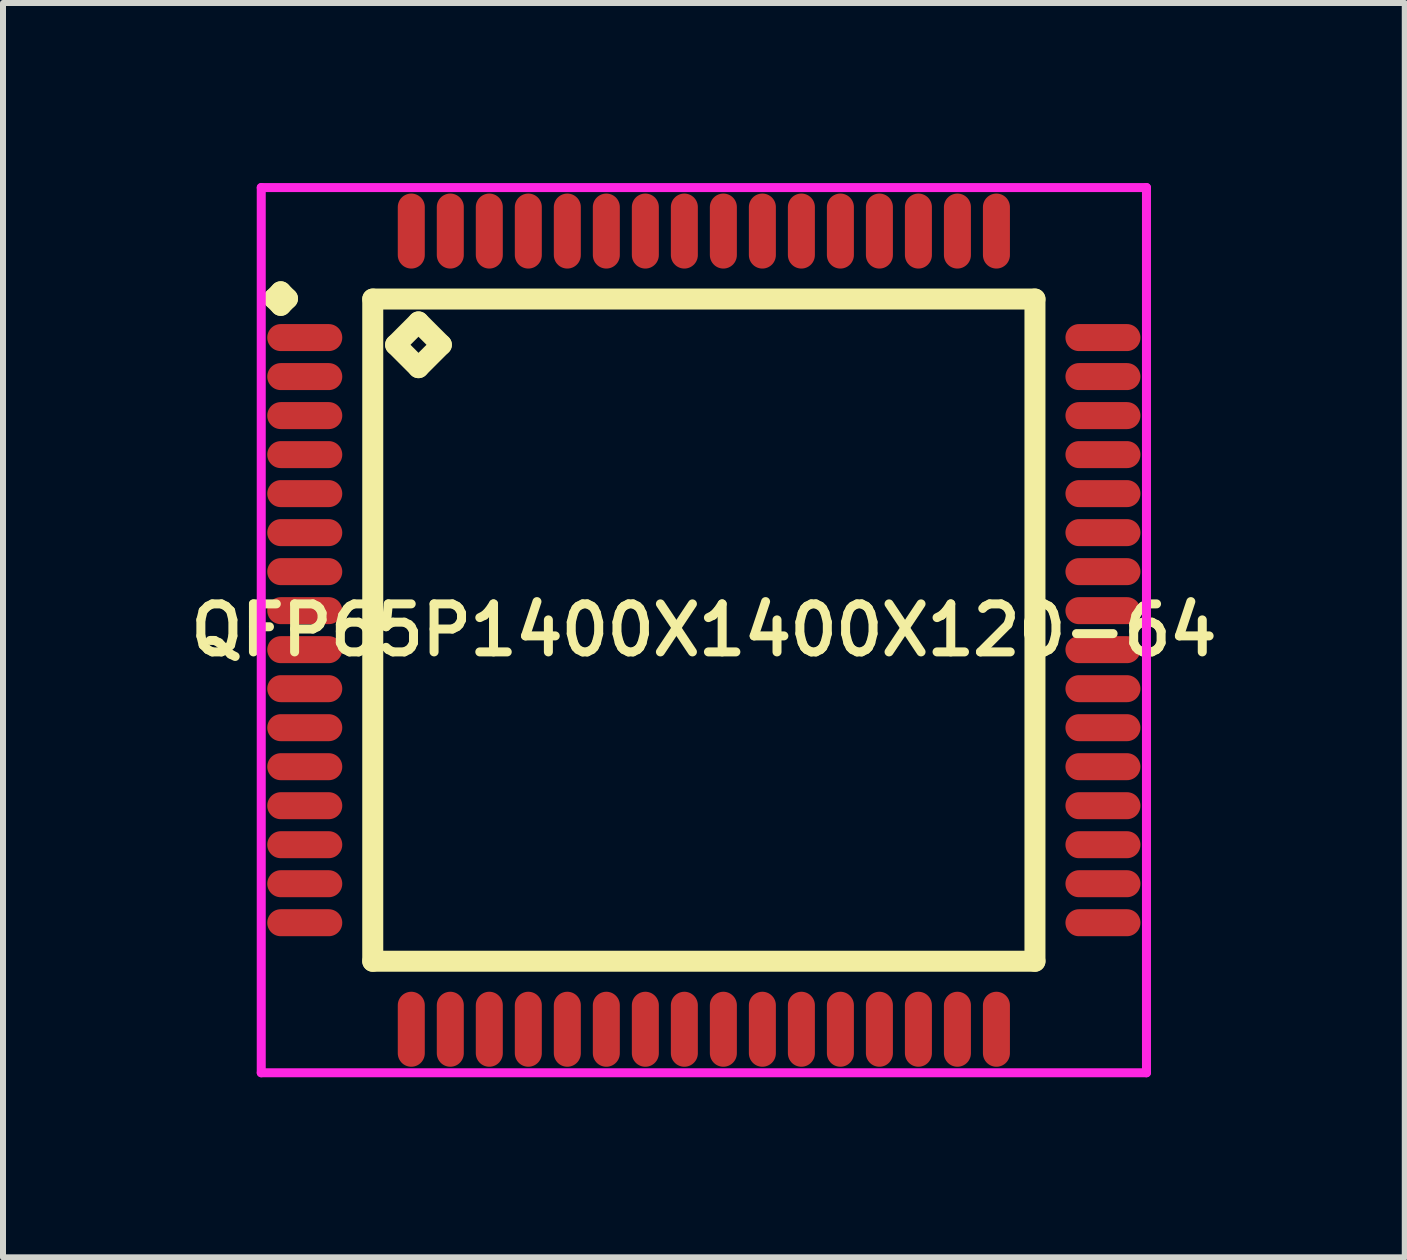
<source format=kicad_pcb>
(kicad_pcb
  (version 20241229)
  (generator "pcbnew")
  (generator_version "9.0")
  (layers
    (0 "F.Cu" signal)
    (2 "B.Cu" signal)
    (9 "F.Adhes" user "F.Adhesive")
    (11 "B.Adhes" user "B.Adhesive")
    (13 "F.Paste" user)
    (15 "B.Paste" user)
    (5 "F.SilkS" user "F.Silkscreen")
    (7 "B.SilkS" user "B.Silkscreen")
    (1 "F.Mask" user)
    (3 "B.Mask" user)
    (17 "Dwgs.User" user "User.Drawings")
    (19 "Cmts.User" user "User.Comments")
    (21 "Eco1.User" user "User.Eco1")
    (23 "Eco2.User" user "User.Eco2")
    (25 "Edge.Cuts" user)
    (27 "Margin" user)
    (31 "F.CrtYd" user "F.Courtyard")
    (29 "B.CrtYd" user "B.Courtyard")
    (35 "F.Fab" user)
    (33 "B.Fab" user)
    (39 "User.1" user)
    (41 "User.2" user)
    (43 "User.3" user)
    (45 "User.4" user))
  (footprint "QFP65P1400X1400X120-64"
    (layer "F.Cu")
    (at 8.678 7.45)
    (property "Reference" "QFP65P1400X1400X120-64" (at 0 0 0) (layer "F.SilkS") (effects (font (size 0.8 0.8) (thickness 0.15))))
    (attr through_hole)
    (fp_line (start -7.162 -5.525) (end -7.05 -5.638) (stroke (width 0.35) (type solid)) (layer "F.SilkS"))
    (fp_line (start -7.05 -5.638) (end -6.938 -5.525) (stroke (width 0.35) (type solid)) (layer "F.SilkS"))
    (fp_line (start -7.05 -5.412) (end -7.162 -5.525) (stroke (width 0.35) (type solid)) (layer "F.SilkS"))
    (fp_line (start -6.938 -5.525) (end -7.05 -5.412) (stroke (width 0.35) (type solid)) (layer "F.SilkS"))
    (fp_line (start -5.517 -5.517) (end -5.517 5.517) (stroke (width 0.35) (type solid)) (layer "F.SilkS"))
    (fp_line (start -5.517 5.517) (end 5.517 5.517) (stroke (width 0.35) (type solid)) (layer "F.SilkS"))
    (fp_line (start -5.136 -4.755) (end -4.755 -5.136) (stroke (width 0.35) (type solid)) (layer "F.SilkS"))
    (fp_line (start -4.755 -5.136) (end -4.374 -4.755) (stroke (width 0.35) (type solid)) (layer "F.SilkS"))
    (fp_line (start -4.755 -4.374) (end -5.136 -4.755) (stroke (width 0.35) (type solid)) (layer "F.SilkS"))
    (fp_line (start -4.374 -4.755) (end -4.755 -4.374) (stroke (width 0.35) (type solid)) (layer "F.SilkS"))
    (fp_line (start 5.517 -5.517) (end -5.517 -5.517) (stroke (width 0.35) (type solid)) (layer "F.SilkS"))
    (fp_line (start 5.517 5.517) (end 5.517 -5.517) (stroke (width 0.35) (type solid)) (layer "F.SilkS"))
    (fp_line (start -7.375 -7.375) (end 7.375 -7.375) (stroke (width 0.15) (type solid)) (layer "F.CrtYd"))
    (fp_line (start -7.375 7.375) (end -7.375 -7.375) (stroke (width 0.15) (type solid)) (layer "F.CrtYd"))
    (fp_line (start 7.375 -7.375) (end 7.375 7.375) (stroke (width 0.15) (type solid)) (layer "F.CrtYd"))
    (fp_line (start 7.375 7.375) (end -7.375 7.375) (stroke (width 0.15) (type solid)) (layer "F.CrtYd"))
    (pad "1" smd oval (at -6.65 -4.875) (size 1.25 0.45) (layers "F.Cu" "F.Mask" "F.Paste"))
    (pad "2" smd oval (at -6.65 -4.225) (size 1.25 0.45) (layers "F.Cu" "F.Mask" "F.Paste"))
    (pad "3" smd oval (at -6.65 -3.575) (size 1.25 0.45) (layers "F.Cu" "F.Mask" "F.Paste"))
    (pad "4" smd oval (at -6.65 -2.925) (size 1.25 0.45) (layers "F.Cu" "F.Mask" "F.Paste"))
    (pad "5" smd oval (at -6.65 -2.275) (size 1.25 0.45) (layers "F.Cu" "F.Mask" "F.Paste"))
    (pad "6" smd oval (at -6.65 -1.625) (size 1.25 0.45) (layers "F.Cu" "F.Mask" "F.Paste"))
    (pad "7" smd oval (at -6.65 -0.975) (size 1.25 0.45) (layers "F.Cu" "F.Mask" "F.Paste"))
    (pad "8" smd oval (at -6.65 -0.325) (size 1.25 0.45) (layers "F.Cu" "F.Mask" "F.Paste"))
    (pad "9" smd oval (at -6.65 0.325) (size 1.25 0.45) (layers "F.Cu" "F.Mask" "F.Paste"))
    (pad "10" smd oval (at -6.65 0.975) (size 1.25 0.45) (layers "F.Cu" "F.Mask" "F.Paste"))
    (pad "11" smd oval (at -6.65 1.625) (size 1.25 0.45) (layers "F.Cu" "F.Mask" "F.Paste"))
    (pad "12" smd oval (at -6.65 2.275) (size 1.25 0.45) (layers "F.Cu" "F.Mask" "F.Paste"))
    (pad "13" smd oval (at -6.65 2.925) (size 1.25 0.45) (layers "F.Cu" "F.Mask" "F.Paste"))
    (pad "14" smd oval (at -6.65 3.575) (size 1.25 0.45) (layers "F.Cu" "F.Mask" "F.Paste"))
    (pad "15" smd oval (at -6.65 4.225) (size 1.25 0.45) (layers "F.Cu" "F.Mask" "F.Paste"))
    (pad "16" smd oval (at -6.65 4.875) (size 1.25 0.45) (layers "F.Cu" "F.Mask" "F.Paste"))
    (pad "17" smd oval (at -4.875 6.65) (size 0.45 1.25) (layers "F.Cu" "F.Mask" "F.Paste"))
    (pad "18" smd oval (at -4.225 6.65) (size 0.45 1.25) (layers "F.Cu" "F.Mask" "F.Paste"))
    (pad "19" smd oval (at -3.575 6.65) (size 0.45 1.25) (layers "F.Cu" "F.Mask" "F.Paste"))
    (pad "20" smd oval (at -2.925 6.65) (size 0.45 1.25) (layers "F.Cu" "F.Mask" "F.Paste"))
    (pad "21" smd oval (at -2.275 6.65) (size 0.45 1.25) (layers "F.Cu" "F.Mask" "F.Paste"))
    (pad "22" smd oval (at -1.625 6.65) (size 0.45 1.25) (layers "F.Cu" "F.Mask" "F.Paste"))
    (pad "23" smd oval (at -0.975 6.65) (size 0.45 1.25) (layers "F.Cu" "F.Mask" "F.Paste"))
    (pad "24" smd oval (at -0.325 6.65) (size 0.45 1.25) (layers "F.Cu" "F.Mask" "F.Paste"))
    (pad "25" smd oval (at 0.325 6.65) (size 0.45 1.25) (layers "F.Cu" "F.Mask" "F.Paste"))
    (pad "26" smd oval (at 0.975 6.65) (size 0.45 1.25) (layers "F.Cu" "F.Mask" "F.Paste"))
    (pad "27" smd oval (at 1.625 6.65) (size 0.45 1.25) (layers "F.Cu" "F.Mask" "F.Paste"))
    (pad "28" smd oval (at 2.275 6.65) (size 0.45 1.25) (layers "F.Cu" "F.Mask" "F.Paste"))
    (pad "29" smd oval (at 2.925 6.65) (size 0.45 1.25) (layers "F.Cu" "F.Mask" "F.Paste"))
    (pad "30" smd oval (at 3.575 6.65) (size 0.45 1.25) (layers "F.Cu" "F.Mask" "F.Paste"))
    (pad "31" smd oval (at 4.225 6.65) (size 0.45 1.25) (layers "F.Cu" "F.Mask" "F.Paste"))
    (pad "32" smd oval (at 4.875 6.65) (size 0.45 1.25) (layers "F.Cu" "F.Mask" "F.Paste"))
    (pad "33" smd oval (at 6.65 4.875) (size 1.25 0.45) (layers "F.Cu" "F.Mask" "F.Paste"))
    (pad "34" smd oval (at 6.65 4.225) (size 1.25 0.45) (layers "F.Cu" "F.Mask" "F.Paste"))
    (pad "35" smd oval (at 6.65 3.575) (size 1.25 0.45) (layers "F.Cu" "F.Mask" "F.Paste"))
    (pad "36" smd oval (at 6.65 2.925) (size 1.25 0.45) (layers "F.Cu" "F.Mask" "F.Paste"))
    (pad "37" smd oval (at 6.65 2.275) (size 1.25 0.45) (layers "F.Cu" "F.Mask" "F.Paste"))
    (pad "38" smd oval (at 6.65 1.625) (size 1.25 0.45) (layers "F.Cu" "F.Mask" "F.Paste"))
    (pad "39" smd oval (at 6.65 0.975) (size 1.25 0.45) (layers "F.Cu" "F.Mask" "F.Paste"))
    (pad "40" smd oval (at 6.65 0.325) (size 1.25 0.45) (layers "F.Cu" "F.Mask" "F.Paste"))
    (pad "41" smd oval (at 6.65 -0.325) (size 1.25 0.45) (layers "F.Cu" "F.Mask" "F.Paste"))
    (pad "42" smd oval (at 6.65 -0.975) (size 1.25 0.45) (layers "F.Cu" "F.Mask" "F.Paste"))
    (pad "43" smd oval (at 6.65 -1.625) (size 1.25 0.45) (layers "F.Cu" "F.Mask" "F.Paste"))
    (pad "44" smd oval (at 6.65 -2.275) (size 1.25 0.45) (layers "F.Cu" "F.Mask" "F.Paste"))
    (pad "45" smd oval (at 6.65 -2.925) (size 1.25 0.45) (layers "F.Cu" "F.Mask" "F.Paste"))
    (pad "46" smd oval (at 6.65 -3.575) (size 1.25 0.45) (layers "F.Cu" "F.Mask" "F.Paste"))
    (pad "47" smd oval (at 6.65 -4.225) (size 1.25 0.45) (layers "F.Cu" "F.Mask" "F.Paste"))
    (pad "48" smd oval (at 6.65 -4.875) (size 1.25 0.45) (layers "F.Cu" "F.Mask" "F.Paste"))
    (pad "49" smd oval (at 4.875 -6.65) (size 0.45 1.25) (layers "F.Cu" "F.Mask" "F.Paste"))
    (pad "50" smd oval (at 4.225 -6.65) (size 0.45 1.25) (layers "F.Cu" "F.Mask" "F.Paste"))
    (pad "51" smd oval (at 3.575 -6.65) (size 0.45 1.25) (layers "F.Cu" "F.Mask" "F.Paste"))
    (pad "52" smd oval (at 2.925 -6.65) (size 0.45 1.25) (layers "F.Cu" "F.Mask" "F.Paste"))
    (pad "53" smd oval (at 2.275 -6.65) (size 0.45 1.25) (layers "F.Cu" "F.Mask" "F.Paste"))
    (pad "54" smd oval (at 1.625 -6.65) (size 0.45 1.25) (layers "F.Cu" "F.Mask" "F.Paste"))
    (pad "55" smd oval (at 0.975 -6.65) (size 0.45 1.25) (layers "F.Cu" "F.Mask" "F.Paste"))
    (pad "56" smd oval (at 0.325 -6.65) (size 0.45 1.25) (layers "F.Cu" "F.Mask" "F.Paste"))
    (pad "57" smd oval (at -0.325 -6.65) (size 0.45 1.25) (layers "F.Cu" "F.Mask" "F.Paste"))
    (pad "58" smd oval (at -0.975 -6.65) (size 0.45 1.25) (layers "F.Cu" "F.Mask" "F.Paste"))
    (pad "59" smd oval (at -1.625 -6.65) (size 0.45 1.25) (layers "F.Cu" "F.Mask" "F.Paste"))
    (pad "60" smd oval (at -2.275 -6.65) (size 0.45 1.25) (layers "F.Cu" "F.Mask" "F.Paste"))
    (pad "61" smd oval (at -2.925 -6.65) (size 0.45 1.25) (layers "F.Cu" "F.Mask" "F.Paste"))
    (pad "62" smd oval (at -3.575 -6.65) (size 0.45 1.25) (layers "F.Cu" "F.Mask" "F.Paste"))
    (pad "63" smd oval (at -4.225 -6.65) (size 0.45 1.25) (layers "F.Cu" "F.Mask" "F.Paste"))
    (pad "64" smd oval (at -4.875 -6.65) (size 0.45 1.25) (layers "F.Cu" "F.Mask" "F.Paste")))
  (gr_rect
    (start -3 -3)
    (end 20.357 17.9)
    (stroke (width 0.1) (type default))
    (fill no)
    (layer "Edge.Cuts")))
</source>
